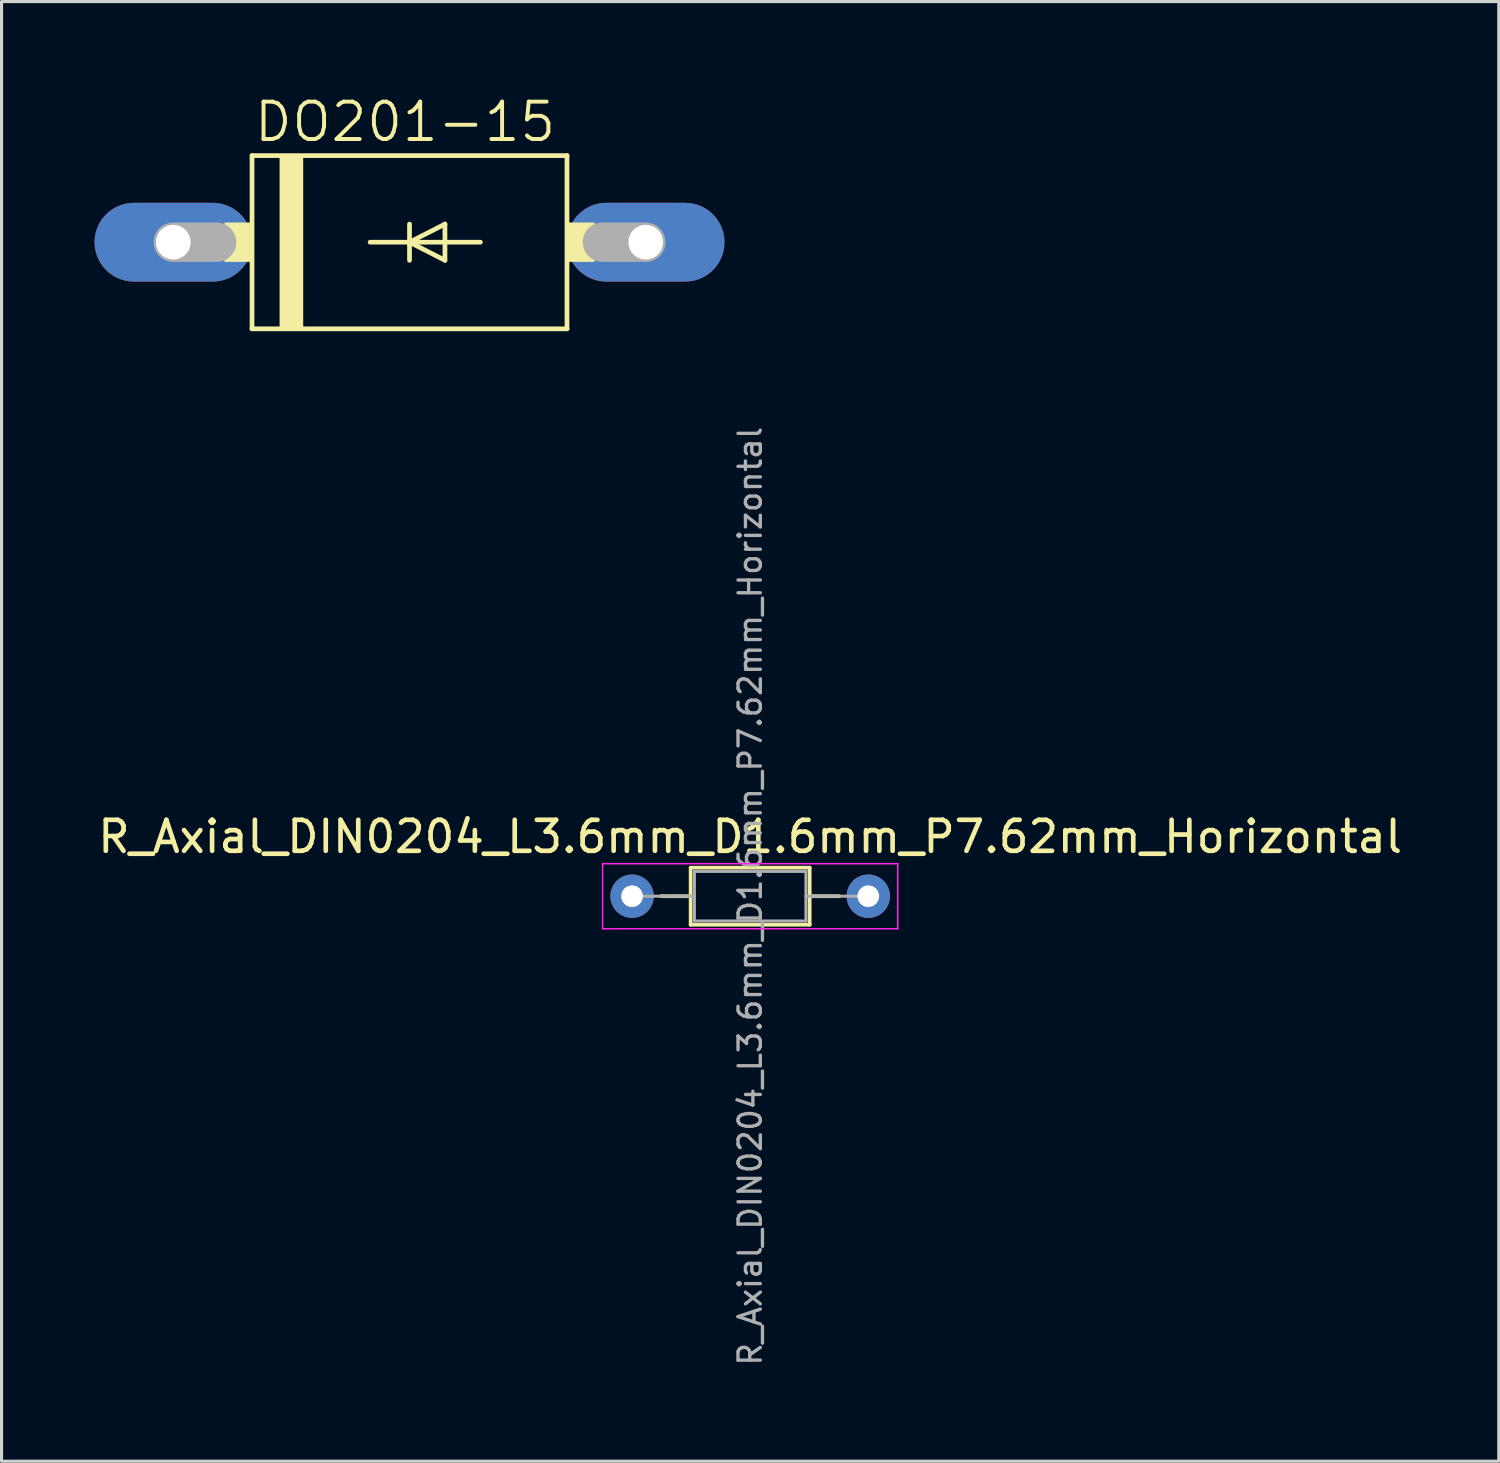
<source format=kicad_pcb>
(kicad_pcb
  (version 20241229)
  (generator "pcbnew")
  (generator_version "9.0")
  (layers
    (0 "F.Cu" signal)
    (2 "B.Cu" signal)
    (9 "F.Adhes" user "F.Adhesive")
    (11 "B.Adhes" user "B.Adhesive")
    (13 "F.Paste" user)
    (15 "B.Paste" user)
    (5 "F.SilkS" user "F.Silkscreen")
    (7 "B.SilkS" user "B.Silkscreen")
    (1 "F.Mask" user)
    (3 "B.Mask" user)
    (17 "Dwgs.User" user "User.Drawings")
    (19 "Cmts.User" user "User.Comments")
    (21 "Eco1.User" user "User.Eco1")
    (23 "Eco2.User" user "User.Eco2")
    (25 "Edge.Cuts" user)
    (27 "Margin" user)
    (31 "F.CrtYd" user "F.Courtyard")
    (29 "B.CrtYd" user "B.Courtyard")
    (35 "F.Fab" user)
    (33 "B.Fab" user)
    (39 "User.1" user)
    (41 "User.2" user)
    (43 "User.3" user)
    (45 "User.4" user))
  (footprint "DO201-15"
    (layer "F.Cu")
    (at 10.16 4.763)
    (property "Reference" "DO201-15" (at -5.08 -3.175 0) (layer "F.SilkS") (effects (font (size 1.206 1.206) (thickness 0.127)) (justify left bottom)))
    (attr through_hole)
    (fp_line (start -5.08 -2.794) (end 5.08 -2.794) (stroke (width 0.152) (type solid)) (layer "F.SilkS"))
    (fp_line (start -5.08 2.794) (end -5.08 -2.794) (stroke (width 0.152) (type solid)) (layer "F.SilkS"))
    (fp_line (start -1.27 0) (end 0 0) (stroke (width 0.152) (type solid)) (layer "F.SilkS"))
    (fp_line (start 0 -0.584) (end 0 0) (stroke (width 0.152) (type solid)) (layer "F.SilkS"))
    (fp_line (start 0 0) (end 0 0.584) (stroke (width 0.152) (type solid)) (layer "F.SilkS"))
    (fp_line (start 0 0) (end 1.143 -0.584) (stroke (width 0.152) (type solid)) (layer "F.SilkS"))
    (fp_line (start 0 0) (end 2.286 0) (stroke (width 0.152) (type solid)) (layer "F.SilkS"))
    (fp_line (start 1.143 -0.584) (end 1.143 0.584) (stroke (width 0.152) (type solid)) (layer "F.SilkS"))
    (fp_line (start 1.143 0.584) (end 0 0) (stroke (width 0.152) (type solid)) (layer "F.SilkS"))
    (fp_line (start 5.08 -2.794) (end 5.08 2.794) (stroke (width 0.152) (type solid)) (layer "F.SilkS"))
    (fp_line (start 5.08 2.794) (end -5.08 2.794) (stroke (width 0.152) (type solid)) (layer "F.SilkS"))
    (fp_poly (pts (xy -5.969 0.635) (xy -5.08 0.635) (xy -5.08 -0.635) (xy -5.969 -0.635)) (stroke (width 0) (type solid)) (fill yes) (layer "F.SilkS"))
    (fp_poly (pts (xy -4.191 2.794) (xy -3.429 2.794) (xy -3.429 -2.794) (xy -4.191 -2.794)) (stroke (width 0) (type solid)) (fill yes) (layer "F.SilkS"))
    (fp_poly (pts (xy 5.08 0.635) (xy 5.969 0.635) (xy 5.969 -0.635) (xy 5.08 -0.635)) (stroke (width 0) (type solid)) (fill yes) (layer "F.SilkS"))
    (fp_line (start -7.62 0) (end -6.223 0) (stroke (width 1.27) (type solid)) (layer "F.Fab"))
    (fp_line (start 7.62 0) (end 6.223 0) (stroke (width 1.27) (type solid)) (layer "F.Fab"))
    (pad "A" thru_hole oval (at 7.62 0) (size 5.08 2.54) (drill 1.118) (layers "*.Cu" "*.Mask"))
    (pad "C" thru_hole oval (at -7.62 0) (size 5.08 2.54) (drill 1.118) (layers "*.Cu" "*.Mask")))
  (footprint "R_Axial_DIN0204_L3.6mm_D1.6mm_P7.62mm_Horizontal"
    (layer "F.Cu")
    (at 17.339 25.86)
    (property "Reference" "R_Axial_DIN0204_L3.6mm_D1.6mm_P7.62mm_Horizontal" (at 3.81 -1.92 180) (layer "F.SilkS") (effects (font (size 1 1) (thickness 0.15))))
    (attr through_hole)
    (fp_line (start 0.94 0) (end 1.89 0) (stroke (width 0.12) (type solid)) (layer "F.SilkS"))
    (fp_line (start 1.89 -0.92) (end 1.89 0.92) (stroke (width 0.12) (type solid)) (layer "F.SilkS"))
    (fp_line (start 1.89 0.92) (end 5.73 0.92) (stroke (width 0.12) (type solid)) (layer "F.SilkS"))
    (fp_line (start 5.73 -0.92) (end 1.89 -0.92) (stroke (width 0.12) (type solid)) (layer "F.SilkS"))
    (fp_line (start 5.73 0.92) (end 5.73 -0.92) (stroke (width 0.12) (type solid)) (layer "F.SilkS"))
    (fp_line (start 6.68 0) (end 5.73 0) (stroke (width 0.12) (type solid)) (layer "F.SilkS"))
    (fp_line (start -0.95 -1.05) (end -0.95 1.05) (stroke (width 0.05) (type solid)) (layer "F.CrtYd"))
    (fp_line (start -0.95 1.05) (end 8.57 1.05) (stroke (width 0.05) (type solid)) (layer "F.CrtYd"))
    (fp_line (start 8.57 -1.05) (end -0.95 -1.05) (stroke (width 0.05) (type solid)) (layer "F.CrtYd"))
    (fp_line (start 8.57 1.05) (end 8.57 -1.05) (stroke (width 0.05) (type solid)) (layer "F.CrtYd"))
    (fp_line (start 0 0) (end 2.01 0) (stroke (width 0.1) (type solid)) (layer "F.Fab"))
    (fp_line (start 2.01 -0.8) (end 2.01 0.8) (stroke (width 0.1) (type solid)) (layer "F.Fab"))
    (fp_line (start 2.01 0.8) (end 5.61 0.8) (stroke (width 0.1) (type solid)) (layer "F.Fab"))
    (fp_line (start 5.61 -0.8) (end 2.01 -0.8) (stroke (width 0.1) (type solid)) (layer "F.Fab"))
    (fp_line (start 5.61 0.8) (end 5.61 -0.8) (stroke (width 0.1) (type solid)) (layer "F.Fab"))
    (fp_line (start 7.62 0) (end 5.61 0) (stroke (width 0.1) (type solid)) (layer "F.Fab"))
    (fp_text user "${REFERENCE}" (at 3.81 0 90) (layer "F.Fab") (effects (font (size 0.72 0.72) (thickness 0.108))))
    (pad "1" thru_hole circle (at 0 0) (size 1.4 1.4) (drill 0.7) (layers "*.Cu" "*.Mask"))
    (pad "2" thru_hole oval (at 7.62 0) (size 1.4 1.4) (drill 0.7) (layers "*.Cu" "*.Mask")))
  (gr_rect
    (start -3 -3)
    (end 45.298 44.087)
    (stroke (width 0.1) (type default))
    (fill no)
    (layer "Edge.Cuts")))
</source>
